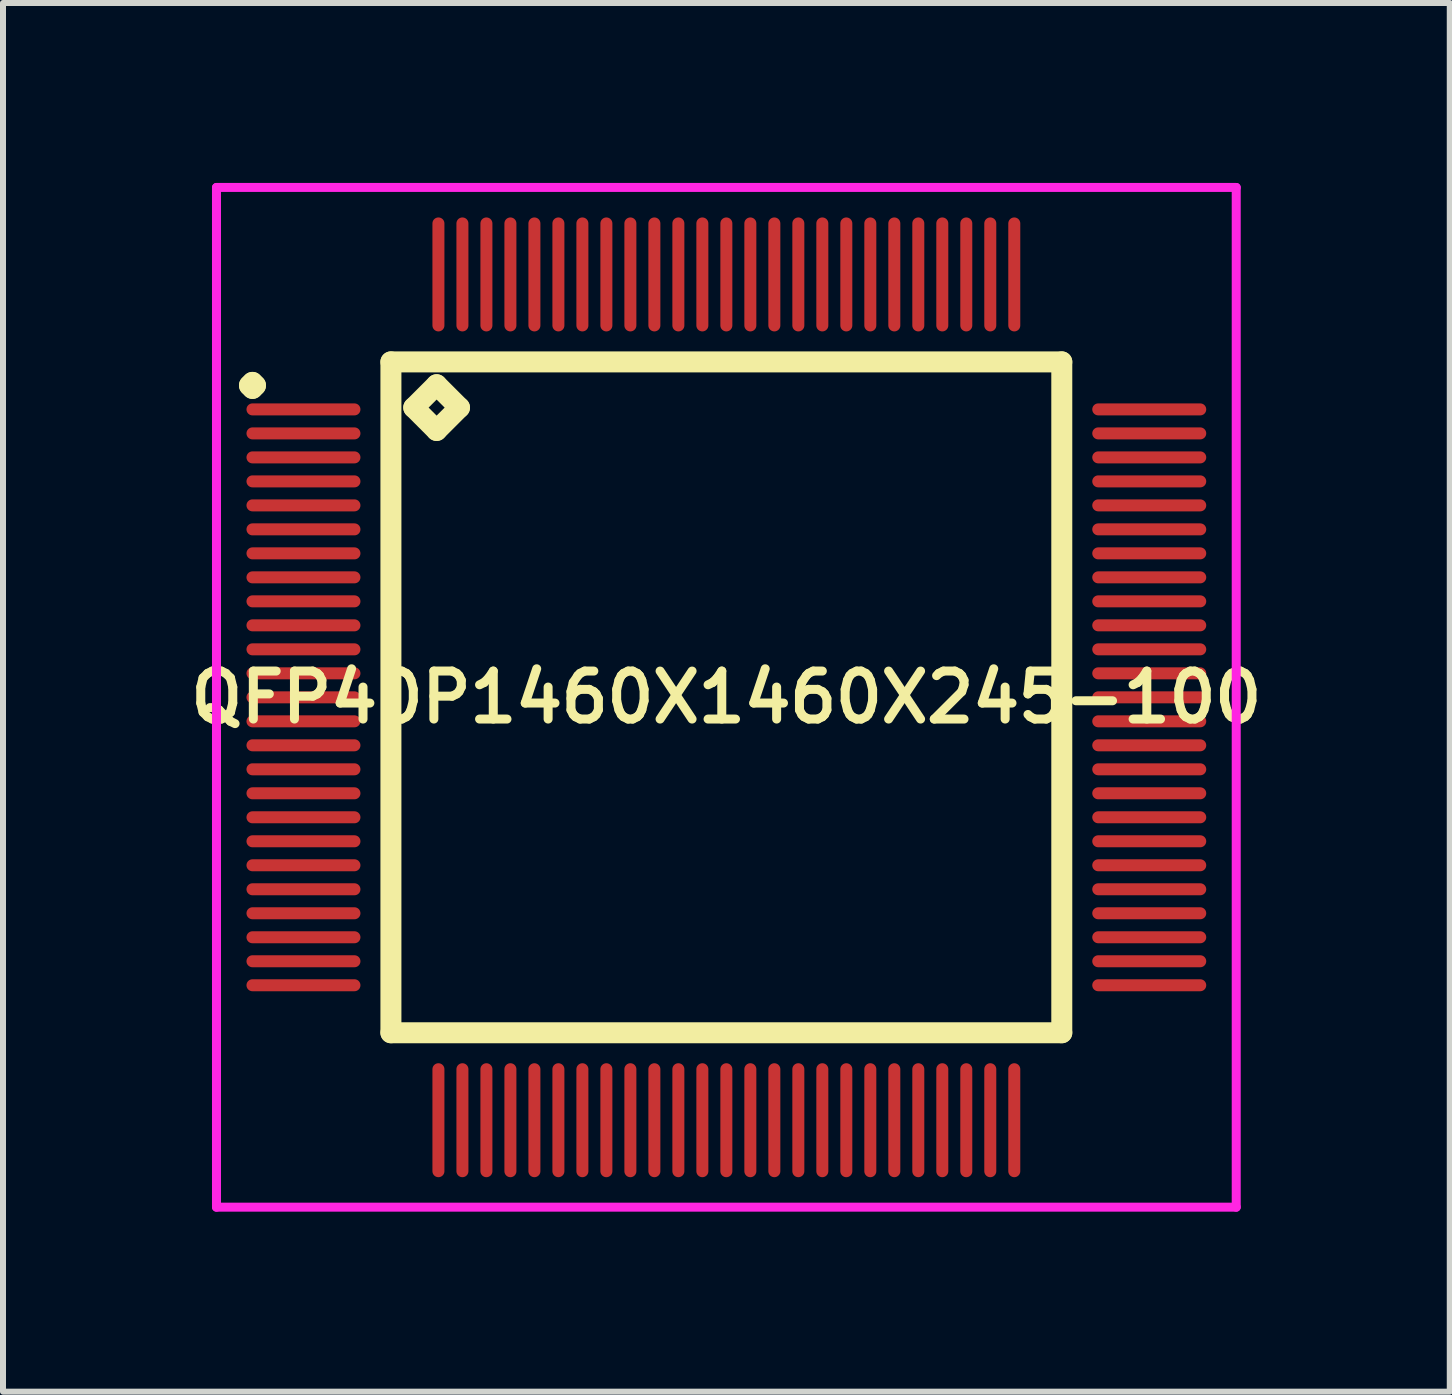
<source format=kicad_pcb>
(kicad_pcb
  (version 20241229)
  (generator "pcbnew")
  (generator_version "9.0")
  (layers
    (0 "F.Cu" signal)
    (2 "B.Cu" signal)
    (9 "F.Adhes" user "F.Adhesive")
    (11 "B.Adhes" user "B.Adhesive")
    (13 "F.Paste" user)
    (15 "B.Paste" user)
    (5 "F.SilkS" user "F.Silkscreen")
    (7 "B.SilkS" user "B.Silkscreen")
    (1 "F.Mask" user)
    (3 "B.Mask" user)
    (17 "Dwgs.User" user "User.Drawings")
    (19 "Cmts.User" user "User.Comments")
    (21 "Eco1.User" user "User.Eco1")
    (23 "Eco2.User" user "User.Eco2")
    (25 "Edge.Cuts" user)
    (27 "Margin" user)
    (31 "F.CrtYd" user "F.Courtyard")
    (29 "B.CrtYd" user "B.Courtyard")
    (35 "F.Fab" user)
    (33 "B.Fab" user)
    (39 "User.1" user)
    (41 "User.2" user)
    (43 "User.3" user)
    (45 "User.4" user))
  (footprint "QFP40P1460X1460X245-100"
    (layer "F.Cu")
    (at 9.059 8.575)
    (property "Reference" "QFP40P1460X1460X245-100" (at 0 0 0) (layer "F.SilkS") (effects (font (size 0.8 0.8) (thickness 0.15))))
    (attr smd)
    (fp_line (start -7.95 -5.2) (end -7.9 -5.25) (stroke (width 0.35) (type solid)) (layer "F.SilkS"))
    (fp_line (start -7.9 -5.25) (end -7.85 -5.2) (stroke (width 0.35) (type solid)) (layer "F.SilkS"))
    (fp_line (start -7.9 -5.15) (end -7.95 -5.2) (stroke (width 0.35) (type solid)) (layer "F.SilkS"))
    (fp_line (start -7.85 -5.2) (end -7.9 -5.15) (stroke (width 0.35) (type solid)) (layer "F.SilkS"))
    (fp_line (start -5.592 -5.592) (end -5.592 5.592) (stroke (width 0.35) (type solid)) (layer "F.SilkS"))
    (fp_line (start -5.592 5.592) (end 5.592 5.592) (stroke (width 0.35) (type solid)) (layer "F.SilkS"))
    (fp_line (start -5.211 -4.83) (end -4.83 -5.211) (stroke (width 0.35) (type solid)) (layer "F.SilkS"))
    (fp_line (start -4.83 -5.211) (end -4.449 -4.83) (stroke (width 0.35) (type solid)) (layer "F.SilkS"))
    (fp_line (start -4.83 -4.449) (end -5.211 -4.83) (stroke (width 0.35) (type solid)) (layer "F.SilkS"))
    (fp_line (start -4.449 -4.83) (end -4.83 -4.449) (stroke (width 0.35) (type solid)) (layer "F.SilkS"))
    (fp_line (start 5.592 -5.592) (end -5.592 -5.592) (stroke (width 0.35) (type solid)) (layer "F.SilkS"))
    (fp_line (start 5.592 5.592) (end 5.592 -5.592) (stroke (width 0.35) (type solid)) (layer "F.SilkS"))
    (fp_line (start -8.5 -8.5) (end 8.5 -8.5) (stroke (width 0.15) (type solid)) (layer "F.CrtYd"))
    (fp_line (start -8.5 8.5) (end -8.5 -8.5) (stroke (width 0.15) (type solid)) (layer "F.CrtYd"))
    (fp_line (start 8.5 -8.5) (end 8.5 8.5) (stroke (width 0.15) (type solid)) (layer "F.CrtYd"))
    (fp_line (start 8.5 8.5) (end -8.5 8.5) (stroke (width 0.15) (type solid)) (layer "F.CrtYd"))
    (pad "1" smd oval (at -7.05 -4.8) (size 1.9 0.2) (layers "F.Cu" "F.Mask" "F.Paste"))
    (pad "2" smd oval (at -7.05 -4.4) (size 1.9 0.2) (layers "F.Cu" "F.Mask" "F.Paste"))
    (pad "3" smd oval (at -7.05 -4) (size 1.9 0.2) (layers "F.Cu" "F.Mask" "F.Paste"))
    (pad "4" smd oval (at -7.05 -3.6) (size 1.9 0.2) (layers "F.Cu" "F.Mask" "F.Paste"))
    (pad "5" smd oval (at -7.05 -3.2) (size 1.9 0.2) (layers "F.Cu" "F.Mask" "F.Paste"))
    (pad "6" smd oval (at -7.05 -2.8) (size 1.9 0.2) (layers "F.Cu" "F.Mask" "F.Paste"))
    (pad "7" smd oval (at -7.05 -2.4) (size 1.9 0.2) (layers "F.Cu" "F.Mask" "F.Paste"))
    (pad "8" smd oval (at -7.05 -2) (size 1.9 0.2) (layers "F.Cu" "F.Mask" "F.Paste"))
    (pad "9" smd oval (at -7.05 -1.6) (size 1.9 0.2) (layers "F.Cu" "F.Mask" "F.Paste"))
    (pad "10" smd oval (at -7.05 -1.2) (size 1.9 0.2) (layers "F.Cu" "F.Mask" "F.Paste"))
    (pad "11" smd oval (at -7.05 -0.8) (size 1.9 0.2) (layers "F.Cu" "F.Mask" "F.Paste"))
    (pad "12" smd oval (at -7.05 -0.4) (size 1.9 0.2) (layers "F.Cu" "F.Mask" "F.Paste"))
    (pad "13" smd oval (at -7.05 0) (size 1.9 0.2) (layers "F.Cu" "F.Mask" "F.Paste"))
    (pad "14" smd oval (at -7.05 0.4) (size 1.9 0.2) (layers "F.Cu" "F.Mask" "F.Paste"))
    (pad "15" smd oval (at -7.05 0.8) (size 1.9 0.2) (layers "F.Cu" "F.Mask" "F.Paste"))
    (pad "16" smd oval (at -7.05 1.2) (size 1.9 0.2) (layers "F.Cu" "F.Mask" "F.Paste"))
    (pad "17" smd oval (at -7.05 1.6) (size 1.9 0.2) (layers "F.Cu" "F.Mask" "F.Paste"))
    (pad "18" smd oval (at -7.05 2) (size 1.9 0.2) (layers "F.Cu" "F.Mask" "F.Paste"))
    (pad "19" smd oval (at -7.05 2.4) (size 1.9 0.2) (layers "F.Cu" "F.Mask" "F.Paste"))
    (pad "20" smd oval (at -7.05 2.8) (size 1.9 0.2) (layers "F.Cu" "F.Mask" "F.Paste"))
    (pad "21" smd oval (at -7.05 3.2) (size 1.9 0.2) (layers "F.Cu" "F.Mask" "F.Paste"))
    (pad "22" smd oval (at -7.05 3.6) (size 1.9 0.2) (layers "F.Cu" "F.Mask" "F.Paste"))
    (pad "23" smd oval (at -7.05 4) (size 1.9 0.2) (layers "F.Cu" "F.Mask" "F.Paste"))
    (pad "24" smd oval (at -7.05 4.4) (size 1.9 0.2) (layers "F.Cu" "F.Mask" "F.Paste"))
    (pad "25" smd oval (at -7.05 4.8) (size 1.9 0.2) (layers "F.Cu" "F.Mask" "F.Paste"))
    (pad "26" smd oval (at -4.8 7.05) (size 0.2 1.9) (layers "F.Cu" "F.Mask" "F.Paste"))
    (pad "27" smd oval (at -4.4 7.05) (size 0.2 1.9) (layers "F.Cu" "F.Mask" "F.Paste"))
    (pad "28" smd oval (at -4 7.05) (size 0.2 1.9) (layers "F.Cu" "F.Mask" "F.Paste"))
    (pad "29" smd oval (at -3.6 7.05) (size 0.2 1.9) (layers "F.Cu" "F.Mask" "F.Paste"))
    (pad "30" smd oval (at -3.2 7.05) (size 0.2 1.9) (layers "F.Cu" "F.Mask" "F.Paste"))
    (pad "31" smd oval (at -2.8 7.05) (size 0.2 1.9) (layers "F.Cu" "F.Mask" "F.Paste"))
    (pad "32" smd oval (at -2.4 7.05) (size 0.2 1.9) (layers "F.Cu" "F.Mask" "F.Paste"))
    (pad "33" smd oval (at -2 7.05) (size 0.2 1.9) (layers "F.Cu" "F.Mask" "F.Paste"))
    (pad "34" smd oval (at -1.6 7.05) (size 0.2 1.9) (layers "F.Cu" "F.Mask" "F.Paste"))
    (pad "35" smd oval (at -1.2 7.05) (size 0.2 1.9) (layers "F.Cu" "F.Mask" "F.Paste"))
    (pad "36" smd oval (at -0.8 7.05) (size 0.2 1.9) (layers "F.Cu" "F.Mask" "F.Paste"))
    (pad "37" smd oval (at -0.4 7.05) (size 0.2 1.9) (layers "F.Cu" "F.Mask" "F.Paste"))
    (pad "38" smd oval (at 0 7.05) (size 0.2 1.9) (layers "F.Cu" "F.Mask" "F.Paste"))
    (pad "39" smd oval (at 0.4 7.05) (size 0.2 1.9) (layers "F.Cu" "F.Mask" "F.Paste"))
    (pad "40" smd oval (at 0.8 7.05) (size 0.2 1.9) (layers "F.Cu" "F.Mask" "F.Paste"))
    (pad "41" smd oval (at 1.2 7.05) (size 0.2 1.9) (layers "F.Cu" "F.Mask" "F.Paste"))
    (pad "42" smd oval (at 1.6 7.05) (size 0.2 1.9) (layers "F.Cu" "F.Mask" "F.Paste"))
    (pad "43" smd oval (at 2 7.05) (size 0.2 1.9) (layers "F.Cu" "F.Mask" "F.Paste"))
    (pad "44" smd oval (at 2.4 7.05) (size 0.2 1.9) (layers "F.Cu" "F.Mask" "F.Paste"))
    (pad "45" smd oval (at 2.8 7.05) (size 0.2 1.9) (layers "F.Cu" "F.Mask" "F.Paste"))
    (pad "46" smd oval (at 3.2 7.05) (size 0.2 1.9) (layers "F.Cu" "F.Mask" "F.Paste"))
    (pad "47" smd oval (at 3.6 7.05) (size 0.2 1.9) (layers "F.Cu" "F.Mask" "F.Paste"))
    (pad "48" smd oval (at 4 7.05) (size 0.2 1.9) (layers "F.Cu" "F.Mask" "F.Paste"))
    (pad "49" smd oval (at 4.4 7.05) (size 0.2 1.9) (layers "F.Cu" "F.Mask" "F.Paste"))
    (pad "50" smd oval (at 4.8 7.05) (size 0.2 1.9) (layers "F.Cu" "F.Mask" "F.Paste"))
    (pad "51" smd oval (at 7.05 4.8) (size 1.9 0.2) (layers "F.Cu" "F.Mask" "F.Paste"))
    (pad "52" smd oval (at 7.05 4.4) (size 1.9 0.2) (layers "F.Cu" "F.Mask" "F.Paste"))
    (pad "53" smd oval (at 7.05 4) (size 1.9 0.2) (layers "F.Cu" "F.Mask" "F.Paste"))
    (pad "54" smd oval (at 7.05 3.6) (size 1.9 0.2) (layers "F.Cu" "F.Mask" "F.Paste"))
    (pad "55" smd oval (at 7.05 3.2) (size 1.9 0.2) (layers "F.Cu" "F.Mask" "F.Paste"))
    (pad "56" smd oval (at 7.05 2.8) (size 1.9 0.2) (layers "F.Cu" "F.Mask" "F.Paste"))
    (pad "57" smd oval (at 7.05 2.4) (size 1.9 0.2) (layers "F.Cu" "F.Mask" "F.Paste"))
    (pad "58" smd oval (at 7.05 2) (size 1.9 0.2) (layers "F.Cu" "F.Mask" "F.Paste"))
    (pad "59" smd oval (at 7.05 1.6) (size 1.9 0.2) (layers "F.Cu" "F.Mask" "F.Paste"))
    (pad "60" smd oval (at 7.05 1.2) (size 1.9 0.2) (layers "F.Cu" "F.Mask" "F.Paste"))
    (pad "61" smd oval (at 7.05 0.8) (size 1.9 0.2) (layers "F.Cu" "F.Mask" "F.Paste"))
    (pad "62" smd oval (at 7.05 0.4) (size 1.9 0.2) (layers "F.Cu" "F.Mask" "F.Paste"))
    (pad "63" smd oval (at 7.05 0) (size 1.9 0.2) (layers "F.Cu" "F.Mask" "F.Paste"))
    (pad "64" smd oval (at 7.05 -0.4) (size 1.9 0.2) (layers "F.Cu" "F.Mask" "F.Paste"))
    (pad "65" smd oval (at 7.05 -0.8) (size 1.9 0.2) (layers "F.Cu" "F.Mask" "F.Paste"))
    (pad "66" smd oval (at 7.05 -1.2) (size 1.9 0.2) (layers "F.Cu" "F.Mask" "F.Paste"))
    (pad "67" smd oval (at 7.05 -1.6) (size 1.9 0.2) (layers "F.Cu" "F.Mask" "F.Paste"))
    (pad "68" smd oval (at 7.05 -2) (size 1.9 0.2) (layers "F.Cu" "F.Mask" "F.Paste"))
    (pad "69" smd oval (at 7.05 -2.4) (size 1.9 0.2) (layers "F.Cu" "F.Mask" "F.Paste"))
    (pad "70" smd oval (at 7.05 -2.8) (size 1.9 0.2) (layers "F.Cu" "F.Mask" "F.Paste"))
    (pad "71" smd oval (at 7.05 -3.2) (size 1.9 0.2) (layers "F.Cu" "F.Mask" "F.Paste"))
    (pad "72" smd oval (at 7.05 -3.6) (size 1.9 0.2) (layers "F.Cu" "F.Mask" "F.Paste"))
    (pad "73" smd oval (at 7.05 -4) (size 1.9 0.2) (layers "F.Cu" "F.Mask" "F.Paste"))
    (pad "74" smd oval (at 7.05 -4.4) (size 1.9 0.2) (layers "F.Cu" "F.Mask" "F.Paste"))
    (pad "75" smd oval (at 7.05 -4.8) (size 1.9 0.2) (layers "F.Cu" "F.Mask" "F.Paste"))
    (pad "76" smd oval (at 4.8 -7.05) (size 0.2 1.9) (layers "F.Cu" "F.Mask" "F.Paste"))
    (pad "77" smd oval (at 4.4 -7.05) (size 0.2 1.9) (layers "F.Cu" "F.Mask" "F.Paste"))
    (pad "78" smd oval (at 4 -7.05) (size 0.2 1.9) (layers "F.Cu" "F.Mask" "F.Paste"))
    (pad "79" smd oval (at 3.6 -7.05) (size 0.2 1.9) (layers "F.Cu" "F.Mask" "F.Paste"))
    (pad "80" smd oval (at 3.2 -7.05) (size 0.2 1.9) (layers "F.Cu" "F.Mask" "F.Paste"))
    (pad "81" smd oval (at 2.8 -7.05) (size 0.2 1.9) (layers "F.Cu" "F.Mask" "F.Paste"))
    (pad "82" smd oval (at 2.4 -7.05) (size 0.2 1.9) (layers "F.Cu" "F.Mask" "F.Paste"))
    (pad "83" smd oval (at 2 -7.05) (size 0.2 1.9) (layers "F.Cu" "F.Mask" "F.Paste"))
    (pad "84" smd oval (at 1.6 -7.05) (size 0.2 1.9) (layers "F.Cu" "F.Mask" "F.Paste"))
    (pad "85" smd oval (at 1.2 -7.05) (size 0.2 1.9) (layers "F.Cu" "F.Mask" "F.Paste"))
    (pad "86" smd oval (at 0.8 -7.05) (size 0.2 1.9) (layers "F.Cu" "F.Mask" "F.Paste"))
    (pad "87" smd oval (at 0.4 -7.05) (size 0.2 1.9) (layers "F.Cu" "F.Mask" "F.Paste"))
    (pad "88" smd oval (at 0 -7.05) (size 0.2 1.9) (layers "F.Cu" "F.Mask" "F.Paste"))
    (pad "89" smd oval (at -0.4 -7.05) (size 0.2 1.9) (layers "F.Cu" "F.Mask" "F.Paste"))
    (pad "90" smd oval (at -0.8 -7.05) (size 0.2 1.9) (layers "F.Cu" "F.Mask" "F.Paste"))
    (pad "91" smd oval (at -1.2 -7.05) (size 0.2 1.9) (layers "F.Cu" "F.Mask" "F.Paste"))
    (pad "92" smd oval (at -1.6 -7.05) (size 0.2 1.9) (layers "F.Cu" "F.Mask" "F.Paste"))
    (pad "93" smd oval (at -2 -7.05) (size 0.2 1.9) (layers "F.Cu" "F.Mask" "F.Paste"))
    (pad "94" smd oval (at -2.4 -7.05) (size 0.2 1.9) (layers "F.Cu" "F.Mask" "F.Paste"))
    (pad "95" smd oval (at -2.8 -7.05) (size 0.2 1.9) (layers "F.Cu" "F.Mask" "F.Paste"))
    (pad "96" smd oval (at -3.2 -7.05) (size 0.2 1.9) (layers "F.Cu" "F.Mask" "F.Paste"))
    (pad "97" smd oval (at -3.6 -7.05) (size 0.2 1.9) (layers "F.Cu" "F.Mask" "F.Paste"))
    (pad "98" smd oval (at -4 -7.05) (size 0.2 1.9) (layers "F.Cu" "F.Mask" "F.Paste"))
    (pad "99" smd oval (at -4.4 -7.05) (size 0.2 1.9) (layers "F.Cu" "F.Mask" "F.Paste"))
    (pad "100" smd oval (at -4.8 -7.05) (size 0.2 1.9) (layers "F.Cu" "F.Mask" "F.Paste")))
  (gr_rect
    (start -3 -3)
    (end 21.119 20.15)
    (stroke (width 0.1) (type default))
    (fill no)
    (layer "Edge.Cuts")))
</source>
